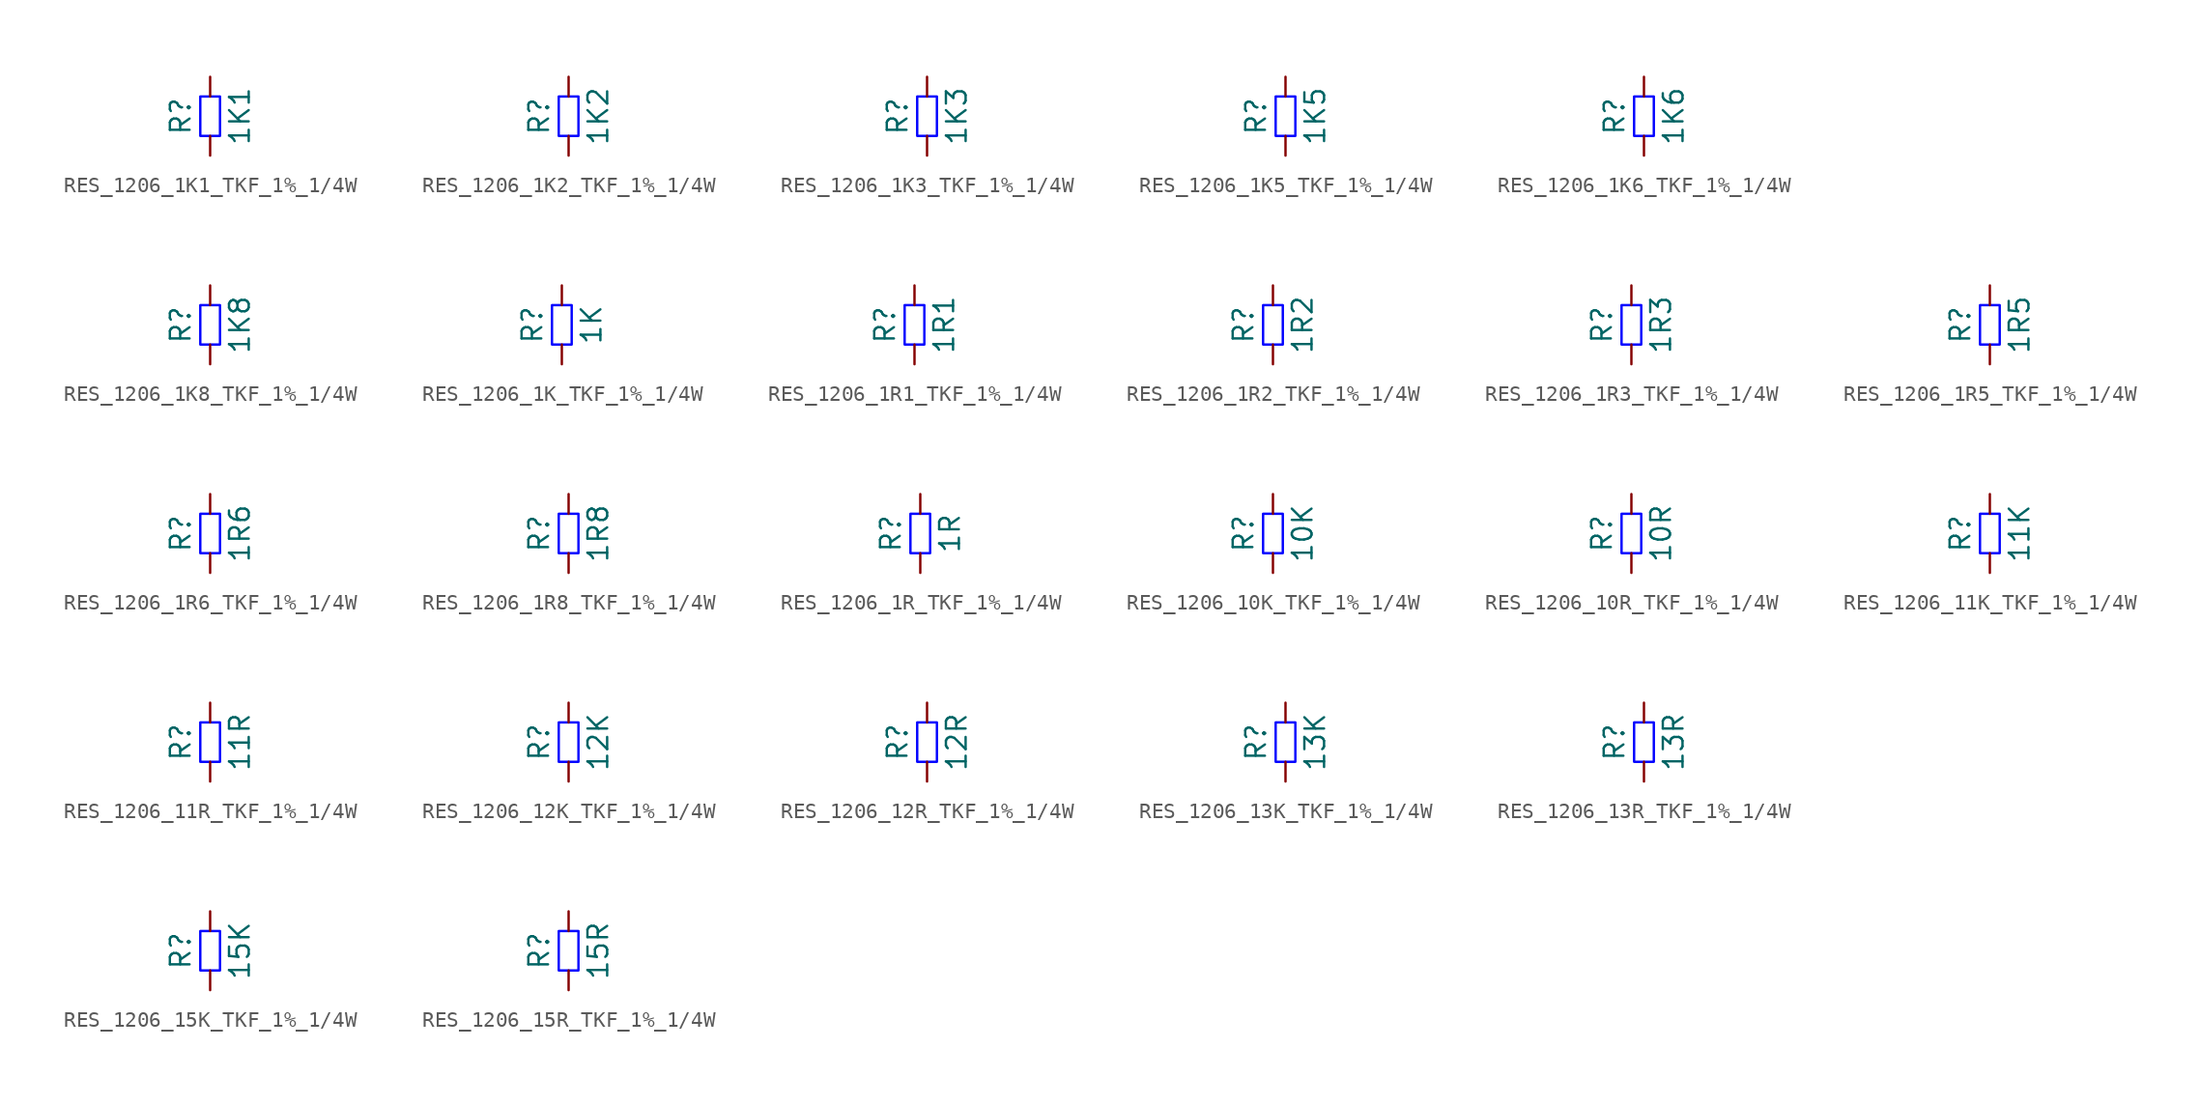
<source format=kicad_sym>
(kicad_symbol_lib
  (version 20220914)
  (generator kicad_symbol_editor)
  (symbol "RES_1206_1K1_TKF_1%_1/4W"
    (pin_numbers hide)
    (pin_names
      (offset 0) hide)
    (property "Reference" "R"
      (at -1.905 0 90)
      (do_not_autoplace)
      (effects (font (size 1.27 1.27))))
    (property "Value" "1K1"
      (at 1.905 0 90)
      (do_not_autoplace)
      (effects (font (size 1.27 1.27))))
    (symbol "RES_1206_1K1_TKF_1%_1/4W_1_1"
      (rectangle (start -0.635 -1.27) (end 0.635 1.27) (stroke (width 0) (type solid) (color 0 0 255 1)) (fill (type none)))
      (pin passive line (at 0 -2.54 90) (length 1.27) (name "~" (effects (font (size 1.27 1.27)))) (number "1" (effects (font (size 1.27 1.27)))))
      (pin passive line (at 0 2.54 270) (length 1.27) (name "~" (effects (font (size 1.27 1.27)))) (number "2" (effects (font (size 1.27 1.27)))))))
  (symbol "RES_1206_1K2_TKF_1%_1/4W"
    (pin_numbers hide)
    (pin_names
      (offset 0) hide)
    (property "Reference" "R"
      (at -1.905 0 90)
      (do_not_autoplace)
      (effects (font (size 1.27 1.27))))
    (property "Value" "1K2"
      (at 1.905 0 90)
      (do_not_autoplace)
      (effects (font (size 1.27 1.27))))
    (symbol "RES_1206_1K2_TKF_1%_1/4W_1_1"
      (rectangle (start -0.635 -1.27) (end 0.635 1.27) (stroke (width 0) (type solid) (color 0 0 255 1)) (fill (type none)))
      (pin passive line (at 0 -2.54 90) (length 1.27) (name "~" (effects (font (size 1.27 1.27)))) (number "1" (effects (font (size 1.27 1.27)))))
      (pin passive line (at 0 2.54 270) (length 1.27) (name "~" (effects (font (size 1.27 1.27)))) (number "2" (effects (font (size 1.27 1.27)))))))
  (symbol "RES_1206_1K3_TKF_1%_1/4W"
    (pin_numbers hide)
    (pin_names
      (offset 0) hide)
    (property "Reference" "R"
      (at -1.905 0 90)
      (do_not_autoplace)
      (effects (font (size 1.27 1.27))))
    (property "Value" "1K3"
      (at 1.905 0 90)
      (do_not_autoplace)
      (effects (font (size 1.27 1.27))))
    (symbol "RES_1206_1K3_TKF_1%_1/4W_1_1"
      (rectangle (start -0.635 -1.27) (end 0.635 1.27) (stroke (width 0) (type solid) (color 0 0 255 1)) (fill (type none)))
      (pin passive line (at 0 -2.54 90) (length 1.27) (name "~" (effects (font (size 1.27 1.27)))) (number "1" (effects (font (size 1.27 1.27)))))
      (pin passive line (at 0 2.54 270) (length 1.27) (name "~" (effects (font (size 1.27 1.27)))) (number "2" (effects (font (size 1.27 1.27)))))))
  (symbol "RES_1206_1K5_TKF_1%_1/4W"
    (pin_numbers hide)
    (pin_names
      (offset 0) hide)
    (property "Reference" "R"
      (at -1.905 0 90)
      (do_not_autoplace)
      (effects (font (size 1.27 1.27))))
    (property "Value" "1K5"
      (at 1.905 0 90)
      (do_not_autoplace)
      (effects (font (size 1.27 1.27))))
    (symbol "RES_1206_1K5_TKF_1%_1/4W_1_1"
      (rectangle (start -0.635 -1.27) (end 0.635 1.27) (stroke (width 0) (type solid) (color 0 0 255 1)) (fill (type none)))
      (pin passive line (at 0 -2.54 90) (length 1.27) (name "~" (effects (font (size 1.27 1.27)))) (number "1" (effects (font (size 1.27 1.27)))))
      (pin passive line (at 0 2.54 270) (length 1.27) (name "~" (effects (font (size 1.27 1.27)))) (number "2" (effects (font (size 1.27 1.27)))))))
  (symbol "RES_1206_1K6_TKF_1%_1/4W"
    (pin_numbers hide)
    (pin_names
      (offset 0) hide)
    (property "Reference" "R"
      (at -1.905 0 90)
      (do_not_autoplace)
      (effects (font (size 1.27 1.27))))
    (property "Value" "1K6"
      (at 1.905 0 90)
      (do_not_autoplace)
      (effects (font (size 1.27 1.27))))
    (symbol "RES_1206_1K6_TKF_1%_1/4W_1_1"
      (rectangle (start -0.635 -1.27) (end 0.635 1.27) (stroke (width 0) (type solid) (color 0 0 255 1)) (fill (type none)))
      (pin passive line (at 0 -2.54 90) (length 1.27) (name "~" (effects (font (size 1.27 1.27)))) (number "1" (effects (font (size 1.27 1.27)))))
      (pin passive line (at 0 2.54 270) (length 1.27) (name "~" (effects (font (size 1.27 1.27)))) (number "2" (effects (font (size 1.27 1.27)))))))
  (symbol "RES_1206_1K8_TKF_1%_1/4W"
    (pin_numbers hide)
    (pin_names
      (offset 0) hide)
    (property "Reference" "R"
      (at -1.905 0 90)
      (do_not_autoplace)
      (effects (font (size 1.27 1.27))))
    (property "Value" "1K8"
      (at 1.905 0 90)
      (do_not_autoplace)
      (effects (font (size 1.27 1.27))))
    (symbol "RES_1206_1K8_TKF_1%_1/4W_1_1"
      (rectangle (start -0.635 -1.27) (end 0.635 1.27) (stroke (width 0) (type solid) (color 0 0 255 1)) (fill (type none)))
      (pin passive line (at 0 -2.54 90) (length 1.27) (name "~" (effects (font (size 1.27 1.27)))) (number "1" (effects (font (size 1.27 1.27)))))
      (pin passive line (at 0 2.54 270) (length 1.27) (name "~" (effects (font (size 1.27 1.27)))) (number "2" (effects (font (size 1.27 1.27)))))))
  (symbol "RES_1206_1K_TKF_1%_1/4W"
    (pin_numbers hide)
    (pin_names
      (offset 0) hide)
    (property "Reference" "R"
      (at -1.905 0 90)
      (do_not_autoplace)
      (effects (font (size 1.27 1.27))))
    (property "Value" "1K"
      (at 1.905 0 90)
      (do_not_autoplace)
      (effects (font (size 1.27 1.27))))
    (symbol "RES_1206_1K_TKF_1%_1/4W_1_1"
      (rectangle (start -0.635 -1.27) (end 0.635 1.27) (stroke (width 0) (type solid) (color 0 0 255 1)) (fill (type none)))
      (pin passive line (at 0 -2.54 90) (length 1.27) (name "~" (effects (font (size 1.27 1.27)))) (number "1" (effects (font (size 1.27 1.27)))))
      (pin passive line (at 0 2.54 270) (length 1.27) (name "~" (effects (font (size 1.27 1.27)))) (number "2" (effects (font (size 1.27 1.27)))))))
  (symbol "RES_1206_1R1_TKF_1%_1/4W"
    (pin_numbers hide)
    (pin_names
      (offset 0) hide)
    (property "Reference" "R"
      (at -1.905 0 90)
      (do_not_autoplace)
      (effects (font (size 1.27 1.27))))
    (property "Value" "1R1"
      (at 1.905 0 90)
      (do_not_autoplace)
      (effects (font (size 1.27 1.27))))
    (symbol "RES_1206_1R1_TKF_1%_1/4W_1_1"
      (rectangle (start -0.635 -1.27) (end 0.635 1.27) (stroke (width 0) (type solid) (color 0 0 255 1)) (fill (type none)))
      (pin passive line (at 0 -2.54 90) (length 1.27) (name "~" (effects (font (size 1.27 1.27)))) (number "1" (effects (font (size 1.27 1.27)))))
      (pin passive line (at 0 2.54 270) (length 1.27) (name "~" (effects (font (size 1.27 1.27)))) (number "2" (effects (font (size 1.27 1.27)))))))
  (symbol "RES_1206_1R2_TKF_1%_1/4W"
    (pin_numbers hide)
    (pin_names
      (offset 0) hide)
    (property "Reference" "R"
      (at -1.905 0 90)
      (do_not_autoplace)
      (effects (font (size 1.27 1.27))))
    (property "Value" "1R2"
      (at 1.905 0 90)
      (do_not_autoplace)
      (effects (font (size 1.27 1.27))))
    (symbol "RES_1206_1R2_TKF_1%_1/4W_1_1"
      (rectangle (start -0.635 -1.27) (end 0.635 1.27) (stroke (width 0) (type solid) (color 0 0 255 1)) (fill (type none)))
      (pin passive line (at 0 -2.54 90) (length 1.27) (name "~" (effects (font (size 1.27 1.27)))) (number "1" (effects (font (size 1.27 1.27)))))
      (pin passive line (at 0 2.54 270) (length 1.27) (name "~" (effects (font (size 1.27 1.27)))) (number "2" (effects (font (size 1.27 1.27)))))))
  (symbol "RES_1206_1R3_TKF_1%_1/4W"
    (pin_numbers hide)
    (pin_names
      (offset 0) hide)
    (property "Reference" "R"
      (at -1.905 0 90)
      (do_not_autoplace)
      (effects (font (size 1.27 1.27))))
    (property "Value" "1R3"
      (at 1.905 0 90)
      (do_not_autoplace)
      (effects (font (size 1.27 1.27))))
    (symbol "RES_1206_1R3_TKF_1%_1/4W_1_1"
      (rectangle (start -0.635 -1.27) (end 0.635 1.27) (stroke (width 0) (type solid) (color 0 0 255 1)) (fill (type none)))
      (pin passive line (at 0 -2.54 90) (length 1.27) (name "~" (effects (font (size 1.27 1.27)))) (number "1" (effects (font (size 1.27 1.27)))))
      (pin passive line (at 0 2.54 270) (length 1.27) (name "~" (effects (font (size 1.27 1.27)))) (number "2" (effects (font (size 1.27 1.27)))))))
  (symbol "RES_1206_1R5_TKF_1%_1/4W"
    (pin_numbers hide)
    (pin_names
      (offset 0) hide)
    (property "Reference" "R"
      (at -1.905 0 90)
      (do_not_autoplace)
      (effects (font (size 1.27 1.27))))
    (property "Value" "1R5"
      (at 1.905 0 90)
      (do_not_autoplace)
      (effects (font (size 1.27 1.27))))
    (symbol "RES_1206_1R5_TKF_1%_1/4W_1_1"
      (rectangle (start -0.635 -1.27) (end 0.635 1.27) (stroke (width 0) (type solid) (color 0 0 255 1)) (fill (type none)))
      (pin passive line (at 0 -2.54 90) (length 1.27) (name "~" (effects (font (size 1.27 1.27)))) (number "1" (effects (font (size 1.27 1.27)))))
      (pin passive line (at 0 2.54 270) (length 1.27) (name "~" (effects (font (size 1.27 1.27)))) (number "2" (effects (font (size 1.27 1.27)))))))
  (symbol "RES_1206_1R6_TKF_1%_1/4W"
    (pin_numbers hide)
    (pin_names
      (offset 0) hide)
    (property "Reference" "R"
      (at -1.905 0 90)
      (do_not_autoplace)
      (effects (font (size 1.27 1.27))))
    (property "Value" "1R6"
      (at 1.905 0 90)
      (do_not_autoplace)
      (effects (font (size 1.27 1.27))))
    (symbol "RES_1206_1R6_TKF_1%_1/4W_1_1"
      (rectangle (start -0.635 -1.27) (end 0.635 1.27) (stroke (width 0) (type solid) (color 0 0 255 1)) (fill (type none)))
      (pin passive line (at 0 -2.54 90) (length 1.27) (name "~" (effects (font (size 1.27 1.27)))) (number "1" (effects (font (size 1.27 1.27)))))
      (pin passive line (at 0 2.54 270) (length 1.27) (name "~" (effects (font (size 1.27 1.27)))) (number "2" (effects (font (size 1.27 1.27)))))))
  (symbol "RES_1206_1R8_TKF_1%_1/4W"
    (pin_numbers hide)
    (pin_names
      (offset 0) hide)
    (property "Reference" "R"
      (at -1.905 0 90)
      (do_not_autoplace)
      (effects (font (size 1.27 1.27))))
    (property "Value" "1R8"
      (at 1.905 0 90)
      (do_not_autoplace)
      (effects (font (size 1.27 1.27))))
    (symbol "RES_1206_1R8_TKF_1%_1/4W_1_1"
      (rectangle (start -0.635 -1.27) (end 0.635 1.27) (stroke (width 0) (type solid) (color 0 0 255 1)) (fill (type none)))
      (pin passive line (at 0 -2.54 90) (length 1.27) (name "~" (effects (font (size 1.27 1.27)))) (number "1" (effects (font (size 1.27 1.27)))))
      (pin passive line (at 0 2.54 270) (length 1.27) (name "~" (effects (font (size 1.27 1.27)))) (number "2" (effects (font (size 1.27 1.27)))))))
  (symbol "RES_1206_1R_TKF_1%_1/4W"
    (pin_numbers hide)
    (pin_names
      (offset 0) hide)
    (property "Reference" "R"
      (at -1.905 0 90)
      (do_not_autoplace)
      (effects (font (size 1.27 1.27))))
    (property "Value" "1R"
      (at 1.905 0 90)
      (do_not_autoplace)
      (effects (font (size 1.27 1.27))))
    (symbol "RES_1206_1R_TKF_1%_1/4W_1_1"
      (rectangle (start -0.635 -1.27) (end 0.635 1.27) (stroke (width 0) (type solid) (color 0 0 255 1)) (fill (type none)))
      (pin passive line (at 0 -2.54 90) (length 1.27) (name "~" (effects (font (size 1.27 1.27)))) (number "1" (effects (font (size 1.27 1.27)))))
      (pin passive line (at 0 2.54 270) (length 1.27) (name "~" (effects (font (size 1.27 1.27)))) (number "2" (effects (font (size 1.27 1.27)))))))
  (symbol "RES_1206_10K_TKF_1%_1/4W"
    (pin_numbers hide)
    (pin_names
      (offset 0) hide)
    (property "Reference" "R"
      (at -1.905 0 90)
      (do_not_autoplace)
      (effects (font (size 1.27 1.27))))
    (property "Value" "10K"
      (at 1.905 0 90)
      (do_not_autoplace)
      (effects (font (size 1.27 1.27))))
    (symbol "RES_1206_10K_TKF_1%_1/4W_1_1"
      (rectangle (start -0.635 -1.27) (end 0.635 1.27) (stroke (width 0) (type solid) (color 0 0 255 1)) (fill (type none)))
      (pin passive line (at 0 -2.54 90) (length 1.27) (name "~" (effects (font (size 1.27 1.27)))) (number "1" (effects (font (size 1.27 1.27)))))
      (pin passive line (at 0 2.54 270) (length 1.27) (name "~" (effects (font (size 1.27 1.27)))) (number "2" (effects (font (size 1.27 1.27)))))))
  (symbol "RES_1206_10R_TKF_1%_1/4W"
    (pin_numbers hide)
    (pin_names
      (offset 0) hide)
    (property "Reference" "R"
      (at -1.905 0 90)
      (do_not_autoplace)
      (effects (font (size 1.27 1.27))))
    (property "Value" "10R"
      (at 1.905 0 90)
      (do_not_autoplace)
      (effects (font (size 1.27 1.27))))
    (symbol "RES_1206_10R_TKF_1%_1/4W_1_1"
      (rectangle (start -0.635 -1.27) (end 0.635 1.27) (stroke (width 0) (type solid) (color 0 0 255 1)) (fill (type none)))
      (pin passive line (at 0 -2.54 90) (length 1.27) (name "~" (effects (font (size 1.27 1.27)))) (number "1" (effects (font (size 1.27 1.27)))))
      (pin passive line (at 0 2.54 270) (length 1.27) (name "~" (effects (font (size 1.27 1.27)))) (number "2" (effects (font (size 1.27 1.27)))))))
  (symbol "RES_1206_11K_TKF_1%_1/4W"
    (pin_numbers hide)
    (pin_names
      (offset 0) hide)
    (property "Reference" "R"
      (at -1.905 0 90)
      (do_not_autoplace)
      (effects (font (size 1.27 1.27))))
    (property "Value" "11K"
      (at 1.905 0 90)
      (do_not_autoplace)
      (effects (font (size 1.27 1.27))))
    (symbol "RES_1206_11K_TKF_1%_1/4W_1_1"
      (rectangle (start -0.635 -1.27) (end 0.635 1.27) (stroke (width 0) (type solid) (color 0 0 255 1)) (fill (type none)))
      (pin passive line (at 0 -2.54 90) (length 1.27) (name "~" (effects (font (size 1.27 1.27)))) (number "1" (effects (font (size 1.27 1.27)))))
      (pin passive line (at 0 2.54 270) (length 1.27) (name "~" (effects (font (size 1.27 1.27)))) (number "2" (effects (font (size 1.27 1.27)))))))
  (symbol "RES_1206_11R_TKF_1%_1/4W"
    (pin_numbers hide)
    (pin_names
      (offset 0) hide)
    (property "Reference" "R"
      (at -1.905 0 90)
      (do_not_autoplace)
      (effects (font (size 1.27 1.27))))
    (property "Value" "11R"
      (at 1.905 0 90)
      (do_not_autoplace)
      (effects (font (size 1.27 1.27))))
    (symbol "RES_1206_11R_TKF_1%_1/4W_1_1"
      (rectangle (start -0.635 -1.27) (end 0.635 1.27) (stroke (width 0) (type solid) (color 0 0 255 1)) (fill (type none)))
      (pin passive line (at 0 -2.54 90) (length 1.27) (name "~" (effects (font (size 1.27 1.27)))) (number "1" (effects (font (size 1.27 1.27)))))
      (pin passive line (at 0 2.54 270) (length 1.27) (name "~" (effects (font (size 1.27 1.27)))) (number "2" (effects (font (size 1.27 1.27)))))))
  (symbol "RES_1206_12K_TKF_1%_1/4W"
    (pin_numbers hide)
    (pin_names
      (offset 0) hide)
    (property "Reference" "R"
      (at -1.905 0 90)
      (do_not_autoplace)
      (effects (font (size 1.27 1.27))))
    (property "Value" "12K"
      (at 1.905 0 90)
      (do_not_autoplace)
      (effects (font (size 1.27 1.27))))
    (symbol "RES_1206_12K_TKF_1%_1/4W_1_1"
      (rectangle (start -0.635 -1.27) (end 0.635 1.27) (stroke (width 0) (type solid) (color 0 0 255 1)) (fill (type none)))
      (pin passive line (at 0 -2.54 90) (length 1.27) (name "~" (effects (font (size 1.27 1.27)))) (number "1" (effects (font (size 1.27 1.27)))))
      (pin passive line (at 0 2.54 270) (length 1.27) (name "~" (effects (font (size 1.27 1.27)))) (number "2" (effects (font (size 1.27 1.27)))))))
  (symbol "RES_1206_12R_TKF_1%_1/4W"
    (pin_numbers hide)
    (pin_names
      (offset 0) hide)
    (property "Reference" "R"
      (at -1.905 0 90)
      (do_not_autoplace)
      (effects (font (size 1.27 1.27))))
    (property "Value" "12R"
      (at 1.905 0 90)
      (do_not_autoplace)
      (effects (font (size 1.27 1.27))))
    (symbol "RES_1206_12R_TKF_1%_1/4W_1_1"
      (rectangle (start -0.635 -1.27) (end 0.635 1.27) (stroke (width 0) (type solid) (color 0 0 255 1)) (fill (type none)))
      (pin passive line (at 0 -2.54 90) (length 1.27) (name "~" (effects (font (size 1.27 1.27)))) (number "1" (effects (font (size 1.27 1.27)))))
      (pin passive line (at 0 2.54 270) (length 1.27) (name "~" (effects (font (size 1.27 1.27)))) (number "2" (effects (font (size 1.27 1.27)))))))
  (symbol "RES_1206_13K_TKF_1%_1/4W"
    (pin_numbers hide)
    (pin_names
      (offset 0) hide)
    (property "Reference" "R"
      (at -1.905 0 90)
      (do_not_autoplace)
      (effects (font (size 1.27 1.27))))
    (property "Value" "13K"
      (at 1.905 0 90)
      (do_not_autoplace)
      (effects (font (size 1.27 1.27))))
    (symbol "RES_1206_13K_TKF_1%_1/4W_1_1"
      (rectangle (start -0.635 -1.27) (end 0.635 1.27) (stroke (width 0) (type solid) (color 0 0 255 1)) (fill (type none)))
      (pin passive line (at 0 -2.54 90) (length 1.27) (name "~" (effects (font (size 1.27 1.27)))) (number "1" (effects (font (size 1.27 1.27)))))
      (pin passive line (at 0 2.54 270) (length 1.27) (name "~" (effects (font (size 1.27 1.27)))) (number "2" (effects (font (size 1.27 1.27)))))))
  (symbol "RES_1206_13R_TKF_1%_1/4W"
    (pin_numbers hide)
    (pin_names
      (offset 0) hide)
    (property "Reference" "R"
      (at -1.905 0 90)
      (do_not_autoplace)
      (effects (font (size 1.27 1.27))))
    (property "Value" "13R"
      (at 1.905 0 90)
      (do_not_autoplace)
      (effects (font (size 1.27 1.27))))
    (symbol "RES_1206_13R_TKF_1%_1/4W_1_1"
      (rectangle (start -0.635 -1.27) (end 0.635 1.27) (stroke (width 0) (type solid) (color 0 0 255 1)) (fill (type none)))
      (pin passive line (at 0 -2.54 90) (length 1.27) (name "~" (effects (font (size 1.27 1.27)))) (number "1" (effects (font (size 1.27 1.27)))))
      (pin passive line (at 0 2.54 270) (length 1.27) (name "~" (effects (font (size 1.27 1.27)))) (number "2" (effects (font (size 1.27 1.27)))))))
  (symbol "RES_1206_15K_TKF_1%_1/4W"
    (pin_numbers hide)
    (pin_names
      (offset 0) hide)
    (property "Reference" "R"
      (at -1.905 0 90)
      (do_not_autoplace)
      (effects (font (size 1.27 1.27))))
    (property "Value" "15K"
      (at 1.905 0 90)
      (do_not_autoplace)
      (effects (font (size 1.27 1.27))))
    (symbol "RES_1206_15K_TKF_1%_1/4W_1_1"
      (rectangle (start -0.635 -1.27) (end 0.635 1.27) (stroke (width 0) (type solid) (color 0 0 255 1)) (fill (type none)))
      (pin passive line (at 0 -2.54 90) (length 1.27) (name "~" (effects (font (size 1.27 1.27)))) (number "1" (effects (font (size 1.27 1.27)))))
      (pin passive line (at 0 2.54 270) (length 1.27) (name "~" (effects (font (size 1.27 1.27)))) (number "2" (effects (font (size 1.27 1.27)))))))
  (symbol "RES_1206_15R_TKF_1%_1/4W"
    (pin_numbers hide)
    (pin_names
      (offset 0) hide)
    (property "Reference" "R"
      (at -1.905 0 90)
      (do_not_autoplace)
      (effects (font (size 1.27 1.27))))
    (property "Value" "15R"
      (at 1.905 0 90)
      (do_not_autoplace)
      (effects (font (size 1.27 1.27))))
    (symbol "RES_1206_15R_TKF_1%_1/4W_1_1"
      (rectangle (start -0.635 -1.27) (end 0.635 1.27) (stroke (width 0) (type solid) (color 0 0 255 1)) (fill (type none)))
      (pin passive line (at 0 -2.54 90) (length 1.27) (name "~" (effects (font (size 1.27 1.27)))) (number "1" (effects (font (size 1.27 1.27)))))
      (pin passive line (at 0 2.54 270) (length 1.27) (name "~" (effects (font (size 1.27 1.27)))) (number "2" (effects (font (size 1.27 1.27))))))))
</source>
